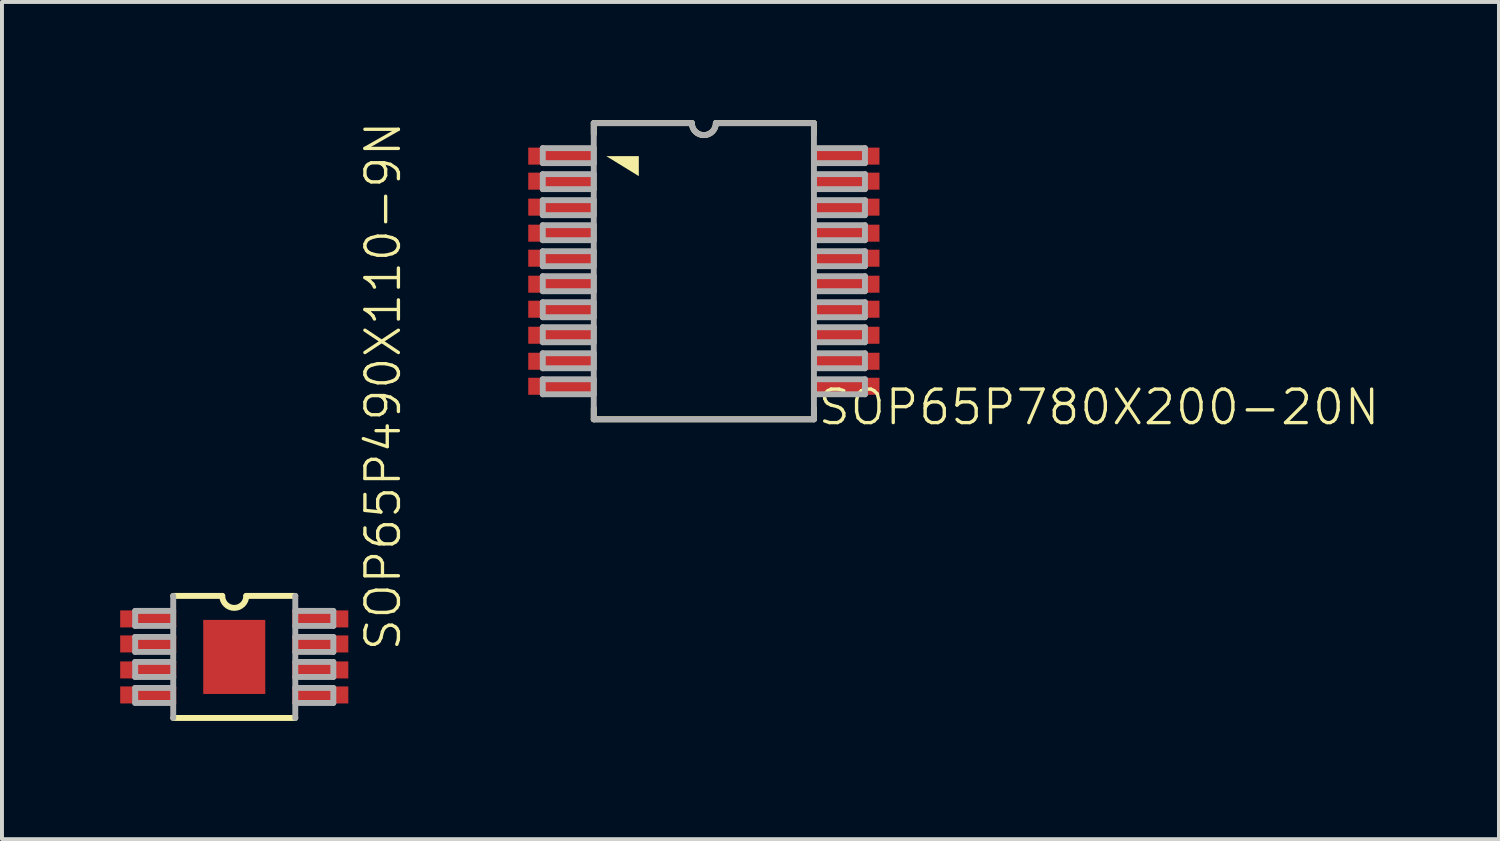
<source format=kicad_pcb>
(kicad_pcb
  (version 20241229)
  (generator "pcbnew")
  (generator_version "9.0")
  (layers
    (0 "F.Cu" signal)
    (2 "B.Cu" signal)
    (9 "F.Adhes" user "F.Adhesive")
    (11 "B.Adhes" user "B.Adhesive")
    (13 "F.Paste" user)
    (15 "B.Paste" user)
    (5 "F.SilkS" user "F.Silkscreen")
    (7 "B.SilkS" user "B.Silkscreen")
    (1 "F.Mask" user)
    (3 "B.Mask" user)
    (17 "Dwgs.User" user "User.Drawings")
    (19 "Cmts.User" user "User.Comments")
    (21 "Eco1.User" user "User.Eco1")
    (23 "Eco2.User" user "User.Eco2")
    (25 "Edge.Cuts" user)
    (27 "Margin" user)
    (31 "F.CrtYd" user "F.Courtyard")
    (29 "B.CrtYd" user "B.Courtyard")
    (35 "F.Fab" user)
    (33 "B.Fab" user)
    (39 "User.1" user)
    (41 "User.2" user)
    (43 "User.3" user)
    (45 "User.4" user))
  (footprint "SOP65P780X200-20N"
    (layer "F.Cu")
    (at 14.816 3.834)
    (property "Reference" "SOP65P780X200-20N" (at 2.849 3.951 180) (layer "F.SilkS") (effects (font (size 0.85 0.85) (thickness 0.085)) (justify left bottom)))
    (attr smd)
    (fp_line (start -2.794 -3.759) (end -2.794 -3.48) (stroke (width 0.15) (type solid)) (layer "F.SilkS"))
    (fp_line (start -2.794 3.48) (end -2.794 3.759) (stroke (width 0.15) (type solid)) (layer "F.SilkS"))
    (fp_line (start -2.794 3.759) (end 2.794 3.759) (stroke (width 0.15) (type solid)) (layer "F.SilkS"))
    (fp_line (start -0.305 -3.759) (end -2.794 -3.759) (stroke (width 0.15) (type solid)) (layer "F.SilkS"))
    (fp_line (start 2.794 -3.759) (end 0.305 -3.759) (stroke (width 0.15) (type solid)) (layer "F.SilkS"))
    (fp_line (start 2.794 -3.48) (end 2.794 -3.759) (stroke (width 0.15) (type solid)) (layer "F.SilkS"))
    (fp_line (start 2.794 3.759) (end 2.794 3.48) (stroke (width 0.15) (type solid)) (layer "F.SilkS"))
    (fp_arc (start 0.3048 -3.7592) (mid 0 -3.4544) (end -0.3048 -3.7592) (stroke (width 0.15) (type solid)) (layer "F.SilkS"))
    (fp_poly (pts (xy -2.477 -2.921) (xy -1.651 -2.921) (xy -1.651 -2.413)) (stroke (width 0) (type solid)) (fill yes) (layer "F.SilkS"))
    (fp_line (start -4.089 -3.124) (end -4.089 -2.743) (stroke (width 0.15) (type solid)) (layer "F.Fab"))
    (fp_line (start -4.089 -2.743) (end -2.794 -2.743) (stroke (width 0.15) (type solid)) (layer "F.Fab"))
    (fp_line (start -4.089 -2.464) (end -4.089 -2.083) (stroke (width 0.15) (type solid)) (layer "F.Fab"))
    (fp_line (start -4.089 -2.083) (end -2.794 -2.083) (stroke (width 0.15) (type solid)) (layer "F.Fab"))
    (fp_line (start -4.089 -1.803) (end -4.089 -1.422) (stroke (width 0.15) (type solid)) (layer "F.Fab"))
    (fp_line (start -4.089 -1.422) (end -2.794 -1.422) (stroke (width 0.15) (type solid)) (layer "F.Fab"))
    (fp_line (start -4.089 -1.168) (end -4.089 -0.787) (stroke (width 0.15) (type solid)) (layer "F.Fab"))
    (fp_line (start -4.089 -0.787) (end -2.794 -0.787) (stroke (width 0.15) (type solid)) (layer "F.Fab"))
    (fp_line (start -4.089 -0.508) (end -4.089 -0.127) (stroke (width 0.15) (type solid)) (layer "F.Fab"))
    (fp_line (start -4.089 -0.127) (end -2.794 -0.127) (stroke (width 0.15) (type solid)) (layer "F.Fab"))
    (fp_line (start -4.089 0.127) (end -4.089 0.508) (stroke (width 0.15) (type solid)) (layer "F.Fab"))
    (fp_line (start -4.089 0.508) (end -2.794 0.508) (stroke (width 0.15) (type solid)) (layer "F.Fab"))
    (fp_line (start -4.089 0.787) (end -4.089 1.168) (stroke (width 0.15) (type solid)) (layer "F.Fab"))
    (fp_line (start -4.089 1.168) (end -2.794 1.168) (stroke (width 0.15) (type solid)) (layer "F.Fab"))
    (fp_line (start -4.089 1.422) (end -4.089 1.803) (stroke (width 0.15) (type solid)) (layer "F.Fab"))
    (fp_line (start -4.089 1.803) (end -2.794 1.803) (stroke (width 0.15) (type solid)) (layer "F.Fab"))
    (fp_line (start -4.089 2.083) (end -4.089 2.464) (stroke (width 0.15) (type solid)) (layer "F.Fab"))
    (fp_line (start -4.089 2.464) (end -2.794 2.464) (stroke (width 0.15) (type solid)) (layer "F.Fab"))
    (fp_line (start -4.089 2.743) (end -4.089 3.124) (stroke (width 0.15) (type solid)) (layer "F.Fab"))
    (fp_line (start -4.089 3.124) (end -2.794 3.124) (stroke (width 0.15) (type solid)) (layer "F.Fab"))
    (fp_line (start -2.794 -3.759) (end -2.794 3.759) (stroke (width 0.15) (type solid)) (layer "F.Fab"))
    (fp_line (start -2.794 -3.124) (end -4.089 -3.124) (stroke (width 0.15) (type solid)) (layer "F.Fab"))
    (fp_line (start -2.794 -2.743) (end -2.794 -3.124) (stroke (width 0.15) (type solid)) (layer "F.Fab"))
    (fp_line (start -2.794 -2.464) (end -4.089 -2.464) (stroke (width 0.15) (type solid)) (layer "F.Fab"))
    (fp_line (start -2.794 -2.083) (end -2.794 -2.464) (stroke (width 0.15) (type solid)) (layer "F.Fab"))
    (fp_line (start -2.794 -1.803) (end -4.089 -1.803) (stroke (width 0.15) (type solid)) (layer "F.Fab"))
    (fp_line (start -2.794 -1.422) (end -2.794 -1.803) (stroke (width 0.15) (type solid)) (layer "F.Fab"))
    (fp_line (start -2.794 -1.168) (end -4.089 -1.168) (stroke (width 0.15) (type solid)) (layer "F.Fab"))
    (fp_line (start -2.794 -0.787) (end -2.794 -1.168) (stroke (width 0.15) (type solid)) (layer "F.Fab"))
    (fp_line (start -2.794 -0.508) (end -4.089 -0.508) (stroke (width 0.15) (type solid)) (layer "F.Fab"))
    (fp_line (start -2.794 -0.127) (end -2.794 -0.508) (stroke (width 0.15) (type solid)) (layer "F.Fab"))
    (fp_line (start -2.794 0.127) (end -4.089 0.127) (stroke (width 0.15) (type solid)) (layer "F.Fab"))
    (fp_line (start -2.794 0.508) (end -2.794 0.127) (stroke (width 0.15) (type solid)) (layer "F.Fab"))
    (fp_line (start -2.794 0.787) (end -4.089 0.787) (stroke (width 0.15) (type solid)) (layer "F.Fab"))
    (fp_line (start -2.794 1.168) (end -2.794 0.787) (stroke (width 0.15) (type solid)) (layer "F.Fab"))
    (fp_line (start -2.794 1.422) (end -4.089 1.422) (stroke (width 0.15) (type solid)) (layer "F.Fab"))
    (fp_line (start -2.794 1.803) (end -2.794 1.422) (stroke (width 0.15) (type solid)) (layer "F.Fab"))
    (fp_line (start -2.794 2.083) (end -4.089 2.083) (stroke (width 0.15) (type solid)) (layer "F.Fab"))
    (fp_line (start -2.794 2.464) (end -2.794 2.083) (stroke (width 0.15) (type solid)) (layer "F.Fab"))
    (fp_line (start -2.794 2.743) (end -4.089 2.743) (stroke (width 0.15) (type solid)) (layer "F.Fab"))
    (fp_line (start -2.794 3.124) (end -2.794 2.743) (stroke (width 0.15) (type solid)) (layer "F.Fab"))
    (fp_line (start -2.794 3.759) (end 2.794 3.759) (stroke (width 0.15) (type solid)) (layer "F.Fab"))
    (fp_line (start -0.305 -3.759) (end -2.794 -3.759) (stroke (width 0.15) (type solid)) (layer "F.Fab"))
    (fp_line (start 2.794 -3.759) (end 0.305 -3.759) (stroke (width 0.15) (type solid)) (layer "F.Fab"))
    (fp_line (start 2.794 -3.124) (end 2.794 -2.743) (stroke (width 0.15) (type solid)) (layer "F.Fab"))
    (fp_line (start 2.794 -2.743) (end 4.089 -2.743) (stroke (width 0.15) (type solid)) (layer "F.Fab"))
    (fp_line (start 2.794 -2.464) (end 2.794 -2.083) (stroke (width 0.15) (type solid)) (layer "F.Fab"))
    (fp_line (start 2.794 -2.083) (end 4.089 -2.083) (stroke (width 0.15) (type solid)) (layer "F.Fab"))
    (fp_line (start 2.794 -1.803) (end 2.794 -1.422) (stroke (width 0.15) (type solid)) (layer "F.Fab"))
    (fp_line (start 2.794 -1.422) (end 4.089 -1.422) (stroke (width 0.15) (type solid)) (layer "F.Fab"))
    (fp_line (start 2.794 -1.168) (end 2.794 -0.787) (stroke (width 0.15) (type solid)) (layer "F.Fab"))
    (fp_line (start 2.794 -0.787) (end 4.089 -0.787) (stroke (width 0.15) (type solid)) (layer "F.Fab"))
    (fp_line (start 2.794 -0.508) (end 2.794 -0.127) (stroke (width 0.15) (type solid)) (layer "F.Fab"))
    (fp_line (start 2.794 -0.127) (end 4.089 -0.127) (stroke (width 0.15) (type solid)) (layer "F.Fab"))
    (fp_line (start 2.794 0.127) (end 2.794 0.508) (stroke (width 0.15) (type solid)) (layer "F.Fab"))
    (fp_line (start 2.794 0.508) (end 4.089 0.508) (stroke (width 0.15) (type solid)) (layer "F.Fab"))
    (fp_line (start 2.794 0.787) (end 2.794 1.168) (stroke (width 0.15) (type solid)) (layer "F.Fab"))
    (fp_line (start 2.794 1.168) (end 4.089 1.168) (stroke (width 0.15) (type solid)) (layer "F.Fab"))
    (fp_line (start 2.794 1.422) (end 2.794 1.803) (stroke (width 0.15) (type solid)) (layer "F.Fab"))
    (fp_line (start 2.794 1.803) (end 4.089 1.803) (stroke (width 0.15) (type solid)) (layer "F.Fab"))
    (fp_line (start 2.794 2.083) (end 2.794 2.464) (stroke (width 0.15) (type solid)) (layer "F.Fab"))
    (fp_line (start 2.794 2.464) (end 4.089 2.464) (stroke (width 0.15) (type solid)) (layer "F.Fab"))
    (fp_line (start 2.794 2.743) (end 2.794 3.124) (stroke (width 0.15) (type solid)) (layer "F.Fab"))
    (fp_line (start 2.794 3.124) (end 4.089 3.124) (stroke (width 0.15) (type solid)) (layer "F.Fab"))
    (fp_line (start 2.794 3.759) (end 2.794 -3.759) (stroke (width 0.15) (type solid)) (layer "F.Fab"))
    (fp_line (start 4.089 -3.124) (end 2.794 -3.124) (stroke (width 0.15) (type solid)) (layer "F.Fab"))
    (fp_line (start 4.089 -2.743) (end 4.089 -3.124) (stroke (width 0.15) (type solid)) (layer "F.Fab"))
    (fp_line (start 4.089 -2.464) (end 2.794 -2.464) (stroke (width 0.15) (type solid)) (layer "F.Fab"))
    (fp_line (start 4.089 -2.083) (end 4.089 -2.464) (stroke (width 0.15) (type solid)) (layer "F.Fab"))
    (fp_line (start 4.089 -1.803) (end 2.794 -1.803) (stroke (width 0.15) (type solid)) (layer "F.Fab"))
    (fp_line (start 4.089 -1.422) (end 4.089 -1.803) (stroke (width 0.15) (type solid)) (layer "F.Fab"))
    (fp_line (start 4.089 -1.168) (end 2.794 -1.168) (stroke (width 0.15) (type solid)) (layer "F.Fab"))
    (fp_line (start 4.089 -0.787) (end 4.089 -1.168) (stroke (width 0.15) (type solid)) (layer "F.Fab"))
    (fp_line (start 4.089 -0.508) (end 2.794 -0.508) (stroke (width 0.15) (type solid)) (layer "F.Fab"))
    (fp_line (start 4.089 -0.127) (end 4.089 -0.508) (stroke (width 0.15) (type solid)) (layer "F.Fab"))
    (fp_line (start 4.089 0.127) (end 2.794 0.127) (stroke (width 0.15) (type solid)) (layer "F.Fab"))
    (fp_line (start 4.089 0.508) (end 4.089 0.127) (stroke (width 0.15) (type solid)) (layer "F.Fab"))
    (fp_line (start 4.089 0.787) (end 2.794 0.787) (stroke (width 0.15) (type solid)) (layer "F.Fab"))
    (fp_line (start 4.089 1.168) (end 4.089 0.787) (stroke (width 0.15) (type solid)) (layer "F.Fab"))
    (fp_line (start 4.089 1.422) (end 2.794 1.422) (stroke (width 0.15) (type solid)) (layer "F.Fab"))
    (fp_line (start 4.089 1.803) (end 4.089 1.422) (stroke (width 0.15) (type solid)) (layer "F.Fab"))
    (fp_line (start 4.089 2.083) (end 2.794 2.083) (stroke (width 0.15) (type solid)) (layer "F.Fab"))
    (fp_line (start 4.089 2.464) (end 4.089 2.083) (stroke (width 0.15) (type solid)) (layer "F.Fab"))
    (fp_line (start 4.089 2.743) (end 2.794 2.743) (stroke (width 0.15) (type solid)) (layer "F.Fab"))
    (fp_line (start 4.089 3.124) (end 4.089 2.743) (stroke (width 0.15) (type solid)) (layer "F.Fab"))
    (fp_arc (start 0.3048 -3.7592) (mid 0 -3.4544) (end -0.3048 -3.7592) (stroke (width 0.15) (type solid)) (layer "F.Fab"))
    (pad "1" smd rect (at -3.632 -2.921) (size 1.651 0.432) (layers "F.Cu" "F.Mask" "F.Paste"))
    (pad "2" smd rect (at -3.632 -2.286) (size 1.651 0.432) (layers "F.Cu" "F.Mask" "F.Paste"))
    (pad "3" smd rect (at -3.632 -1.626) (size 1.651 0.432) (layers "F.Cu" "F.Mask" "F.Paste"))
    (pad "4" smd rect (at -3.632 -0.965) (size 1.651 0.432) (layers "F.Cu" "F.Mask" "F.Paste"))
    (pad "5" smd rect (at -3.632 -0.33) (size 1.651 0.432) (layers "F.Cu" "F.Mask" "F.Paste"))
    (pad "6" smd rect (at -3.632 0.33) (size 1.651 0.432) (layers "F.Cu" "F.Mask" "F.Paste"))
    (pad "7" smd rect (at -3.632 0.965) (size 1.651 0.432) (layers "F.Cu" "F.Mask" "F.Paste"))
    (pad "8" smd rect (at -3.632 1.626) (size 1.651 0.432) (layers "F.Cu" "F.Mask" "F.Paste"))
    (pad "9" smd rect (at -3.632 2.286) (size 1.651 0.432) (layers "F.Cu" "F.Mask" "F.Paste"))
    (pad "10" smd rect (at -3.632 2.921) (size 1.651 0.432) (layers "F.Cu" "F.Mask" "F.Paste"))
    (pad "11" smd rect (at 3.632 2.921) (size 1.651 0.432) (layers "F.Cu" "F.Mask" "F.Paste"))
    (pad "12" smd rect (at 3.632 2.286) (size 1.651 0.432) (layers "F.Cu" "F.Mask" "F.Paste"))
    (pad "13" smd rect (at 3.632 1.626) (size 1.651 0.432) (layers "F.Cu" "F.Mask" "F.Paste"))
    (pad "14" smd rect (at 3.632 0.965) (size 1.651 0.432) (layers "F.Cu" "F.Mask" "F.Paste"))
    (pad "15" smd rect (at 3.632 0.33) (size 1.651 0.432) (layers "F.Cu" "F.Mask" "F.Paste"))
    (pad "16" smd rect (at 3.632 -0.33) (size 1.651 0.432) (layers "F.Cu" "F.Mask" "F.Paste"))
    (pad "17" smd rect (at 3.632 -0.965) (size 1.651 0.432) (layers "F.Cu" "F.Mask" "F.Paste"))
    (pad "18" smd rect (at 3.632 -1.626) (size 1.651 0.432) (layers "F.Cu" "F.Mask" "F.Paste"))
    (pad "19" smd rect (at 3.632 -2.286) (size 1.651 0.432) (layers "F.Cu" "F.Mask" "F.Paste"))
    (pad "20" smd rect (at 3.632 -2.921) (size 1.651 0.432) (layers "F.Cu" "F.Mask" "F.Paste")))
  (footprint "SOP65P490X110-9N"
    (layer "F.Cu")
    (at 2.896 13.625)
    (property "Reference" "SOP65P490X110-9N" (at 4.275 -0.102 90) (layer "F.SilkS") (effects (font (size 0.85 0.85) (thickness 0.085)) (justify left bottom)))
    (attr smd)
    (fp_line (start -1.549 1.549) (end 1.549 1.549) (stroke (width 0.15) (type solid)) (layer "F.SilkS"))
    (fp_line (start -0.305 -1.549) (end -1.549 -1.549) (stroke (width 0.15) (type solid)) (layer "F.SilkS"))
    (fp_line (start 1.549 -1.549) (end 0.305 -1.549) (stroke (width 0.15) (type solid)) (layer "F.SilkS"))
    (fp_arc (start 0.3048 -1.5494) (mid 0 -1.2446) (end -0.3048 -1.5494) (stroke (width 0.15) (type solid)) (layer "F.SilkS"))
    (fp_line (start -2.515 -1.168) (end -2.515 -0.787) (stroke (width 0.15) (type solid)) (layer "F.Fab"))
    (fp_line (start -2.515 -0.787) (end -1.549 -0.787) (stroke (width 0.15) (type solid)) (layer "F.Fab"))
    (fp_line (start -2.515 -0.508) (end -2.515 -0.127) (stroke (width 0.15) (type solid)) (layer "F.Fab"))
    (fp_line (start -2.515 -0.127) (end -1.549 -0.127) (stroke (width 0.15) (type solid)) (layer "F.Fab"))
    (fp_line (start -2.515 0.127) (end -2.515 0.508) (stroke (width 0.15) (type solid)) (layer "F.Fab"))
    (fp_line (start -2.515 0.508) (end -1.549 0.508) (stroke (width 0.15) (type solid)) (layer "F.Fab"))
    (fp_line (start -2.515 0.787) (end -2.515 1.168) (stroke (width 0.15) (type solid)) (layer "F.Fab"))
    (fp_line (start -2.515 1.168) (end -1.549 1.168) (stroke (width 0.15) (type solid)) (layer "F.Fab"))
    (fp_line (start -1.549 -1.549) (end -1.549 1.549) (stroke (width 0.15) (type solid)) (layer "F.Fab"))
    (fp_line (start -1.549 -1.168) (end -2.515 -1.168) (stroke (width 0.15) (type solid)) (layer "F.Fab"))
    (fp_line (start -1.549 -0.787) (end -1.549 -1.168) (stroke (width 0.1) (type solid)) (layer "F.Fab"))
    (fp_line (start -1.549 -0.508) (end -2.515 -0.508) (stroke (width 0.15) (type solid)) (layer "F.Fab"))
    (fp_line (start -1.549 -0.127) (end -1.549 -0.508) (stroke (width 0.1) (type solid)) (layer "F.Fab"))
    (fp_line (start -1.549 0.127) (end -2.515 0.127) (stroke (width 0.15) (type solid)) (layer "F.Fab"))
    (fp_line (start -1.549 0.508) (end -1.549 0.127) (stroke (width 0.1) (type solid)) (layer "F.Fab"))
    (fp_line (start -1.549 0.787) (end -2.515 0.787) (stroke (width 0.15) (type solid)) (layer "F.Fab"))
    (fp_line (start -1.549 1.168) (end -1.549 0.787) (stroke (width 0.1) (type solid)) (layer "F.Fab"))
    (fp_line (start 1.549 -1.168) (end 1.549 -0.787) (stroke (width 0.1) (type solid)) (layer "F.Fab"))
    (fp_line (start 1.549 -0.787) (end 2.515 -0.787) (stroke (width 0.15) (type solid)) (layer "F.Fab"))
    (fp_line (start 1.549 -0.508) (end 1.549 -0.127) (stroke (width 0.1) (type solid)) (layer "F.Fab"))
    (fp_line (start 1.549 -0.127) (end 2.515 -0.127) (stroke (width 0.15) (type solid)) (layer "F.Fab"))
    (fp_line (start 1.549 0.127) (end 1.549 0.508) (stroke (width 0.1) (type solid)) (layer "F.Fab"))
    (fp_line (start 1.549 0.508) (end 2.515 0.508) (stroke (width 0.15) (type solid)) (layer "F.Fab"))
    (fp_line (start 1.549 0.787) (end 1.549 1.168) (stroke (width 0.1) (type solid)) (layer "F.Fab"))
    (fp_line (start 1.549 1.168) (end 2.515 1.168) (stroke (width 0.15) (type solid)) (layer "F.Fab"))
    (fp_line (start 1.549 1.549) (end 1.549 -1.549) (stroke (width 0.15) (type solid)) (layer "F.Fab"))
    (fp_line (start 2.515 -1.168) (end 1.549 -1.168) (stroke (width 0.15) (type solid)) (layer "F.Fab"))
    (fp_line (start 2.515 -0.787) (end 2.515 -1.168) (stroke (width 0.15) (type solid)) (layer "F.Fab"))
    (fp_line (start 2.515 -0.508) (end 1.549 -0.508) (stroke (width 0.15) (type solid)) (layer "F.Fab"))
    (fp_line (start 2.515 -0.127) (end 2.515 -0.508) (stroke (width 0.15) (type solid)) (layer "F.Fab"))
    (fp_line (start 2.515 0.127) (end 1.549 0.127) (stroke (width 0.15) (type solid)) (layer "F.Fab"))
    (fp_line (start 2.515 0.508) (end 2.515 0.127) (stroke (width 0.15) (type solid)) (layer "F.Fab"))
    (fp_line (start 2.515 0.787) (end 1.549 0.787) (stroke (width 0.15) (type solid)) (layer "F.Fab"))
    (fp_line (start 2.515 1.168) (end 2.515 0.787) (stroke (width 0.15) (type solid)) (layer "F.Fab"))
    (pad "1" smd rect (at -2.184 -0.965) (size 1.422 0.432) (layers "F.Cu" "F.Mask" "F.Paste"))
    (pad "2" smd rect (at -2.184 -0.33) (size 1.422 0.432) (layers "F.Cu" "F.Mask" "F.Paste"))
    (pad "3" smd rect (at -2.184 0.33) (size 1.422 0.432) (layers "F.Cu" "F.Mask" "F.Paste"))
    (pad "4" smd rect (at -2.184 0.965) (size 1.422 0.432) (layers "F.Cu" "F.Mask" "F.Paste"))
    (pad "5" smd rect (at 2.184 0.965) (size 1.422 0.432) (layers "F.Cu" "F.Mask" "F.Paste"))
    (pad "6" smd rect (at 2.184 0.33) (size 1.422 0.432) (layers "F.Cu" "F.Mask" "F.Paste"))
    (pad "7" smd rect (at 2.184 -0.33) (size 1.422 0.432) (layers "F.Cu" "F.Mask" "F.Paste"))
    (pad "8" smd rect (at 2.184 -0.965) (size 1.422 0.432) (layers "F.Cu" "F.Mask" "F.Paste"))
    (pad "TP" smd rect (at 0 0) (size 1.575 1.88) (layers "F.Cu" "F.Mask" "F.Paste")))
  (gr_rect
    (start -3 -3)
    (end 34.998 18.25)
    (stroke (width 0.1) (type default))
    (fill no)
    (layer "Edge.Cuts")))
</source>
